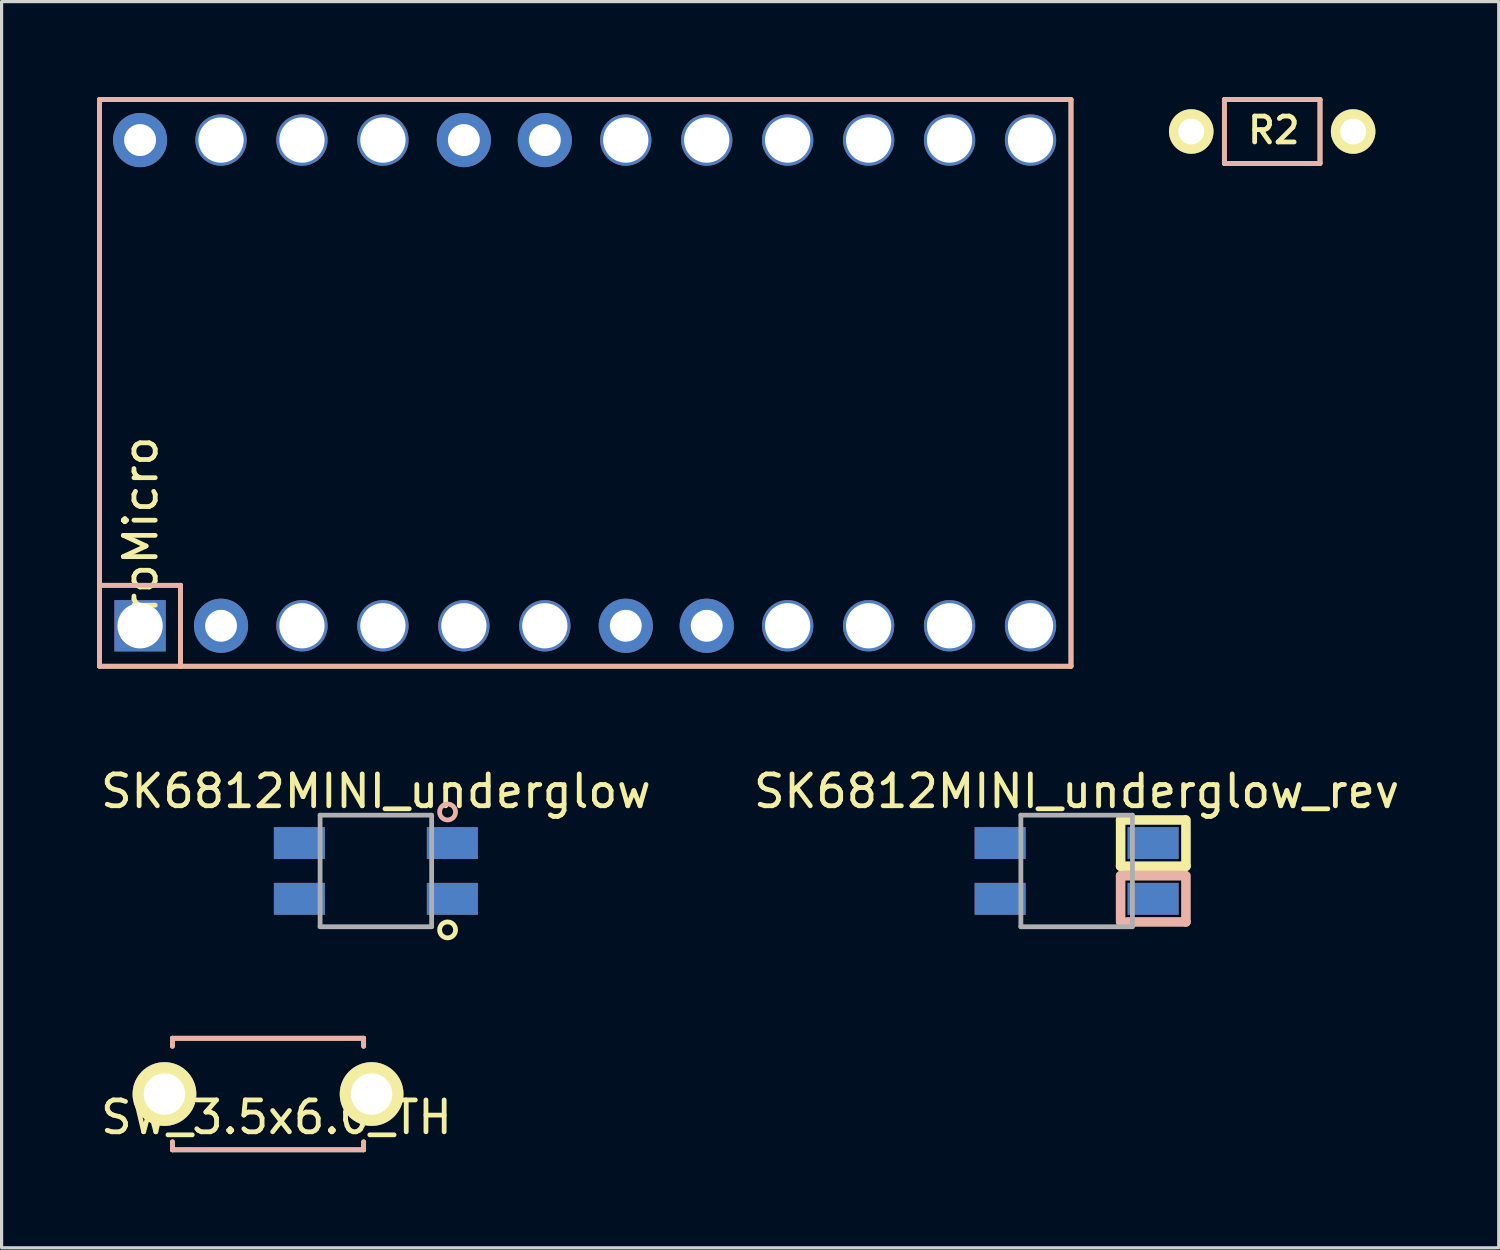
<source format=kicad_pcb>
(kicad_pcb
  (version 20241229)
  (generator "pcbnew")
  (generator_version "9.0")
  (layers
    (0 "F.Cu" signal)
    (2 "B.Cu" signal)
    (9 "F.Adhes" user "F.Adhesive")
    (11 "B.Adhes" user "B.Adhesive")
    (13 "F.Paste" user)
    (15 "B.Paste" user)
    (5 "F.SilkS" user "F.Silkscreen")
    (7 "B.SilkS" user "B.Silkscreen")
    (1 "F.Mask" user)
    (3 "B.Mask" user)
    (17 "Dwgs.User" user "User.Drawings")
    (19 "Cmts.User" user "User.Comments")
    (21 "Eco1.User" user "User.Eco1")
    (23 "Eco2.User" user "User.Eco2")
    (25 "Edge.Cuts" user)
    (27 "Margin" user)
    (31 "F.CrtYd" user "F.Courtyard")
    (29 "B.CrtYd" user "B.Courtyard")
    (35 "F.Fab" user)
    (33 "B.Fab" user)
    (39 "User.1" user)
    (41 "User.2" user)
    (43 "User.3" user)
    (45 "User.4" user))
  (footprint "SW_3.5x6.0_TH"
    (layer "F.Cu")
    (at 5.36 31.278)
    (property "Reference" "SW_3.5x6.0_TH" (at 0.265 0.73 0) (layer "F.SilkS") (effects (font (size 1 1) (thickness 0.15))))
    (attr through_hole)
    (fp_line (start -3 -1.75) (end -3 -1.5) (stroke (width 0.15) (type solid)) (layer "F.SilkS"))
    (fp_line (start -3 -1.75) (end 3 -1.75) (stroke (width 0.15) (type solid)) (layer "F.SilkS"))
    (fp_line (start -3 1.75) (end -3 1.5) (stroke (width 0.15) (type solid)) (layer "F.SilkS"))
    (fp_line (start -3 1.75) (end 3 1.75) (stroke (width 0.15) (type solid)) (layer "F.SilkS"))
    (fp_line (start 3 -1.75) (end 3 -1.5) (stroke (width 0.15) (type solid)) (layer "F.SilkS"))
    (fp_line (start 3 1.75) (end 3 1.5) (stroke (width 0.15) (type solid)) (layer "F.SilkS"))
    (fp_line (start -3 -1.75) (end 3 -1.75) (stroke (width 0.15) (type solid)) (layer "B.SilkS"))
    (fp_line (start -3 -1.5) (end -3 -1.75) (stroke (width 0.15) (type solid)) (layer "B.SilkS"))
    (fp_line (start -3 1.75) (end -3 1.5) (stroke (width 0.15) (type solid)) (layer "B.SilkS"))
    (fp_line (start 3 -1.75) (end 3 -1.5) (stroke (width 0.15) (type solid)) (layer "B.SilkS"))
    (fp_line (start 3 1.5) (end 3 1.75) (stroke (width 0.15) (type solid)) (layer "B.SilkS"))
    (fp_line (start 3 1.75) (end -3 1.75) (stroke (width 0.15) (type solid)) (layer "B.SilkS"))
    (pad "1" thru_hole circle (at 3.25 0) (size 2 2) (drill 1.3) (layers "*.Cu" "*.Mask" "F.SilkS"))
    (pad "2" thru_hole circle (at -3.25 0) (size 2 2) (drill 1.3) (layers "*.Cu" "*.Mask" "F.SilkS")))
  (footprint "R2"
    (layer "F.Cu")
    (at 36.868 1.076)
    (property "Reference" "R2" (at 0.05 -0.04 0) (layer "F.SilkS") (effects (font (size 0.813 0.813) (thickness 0.15))))
    (attr through_hole)
    (fp_line (start -1.501 -1.001) (end -1.501 1.001) (stroke (width 0.15) (type solid)) (layer "F.SilkS"))
    (fp_line (start -1.501 1.001) (end 1.501 1.001) (stroke (width 0.15) (type solid)) (layer "F.SilkS"))
    (fp_line (start 1.501 -1.001) (end -1.501 -1.001) (stroke (width 0.15) (type solid)) (layer "F.SilkS"))
    (fp_line (start 1.501 1.001) (end 1.501 -1.001) (stroke (width 0.15) (type solid)) (layer "F.SilkS"))
    (fp_line (start -1.5 -1) (end 1.5 -1) (stroke (width 0.15) (type solid)) (layer "B.SilkS"))
    (fp_line (start -1.5 1) (end -1.5 -1) (stroke (width 0.15) (type solid)) (layer "B.SilkS"))
    (fp_line (start 1.5 -1) (end 1.5 1) (stroke (width 0.15) (type solid)) (layer "B.SilkS"))
    (fp_line (start 1.5 1) (end -1.5 1) (stroke (width 0.15) (type solid)) (layer "B.SilkS"))
    (pad "1" thru_hole circle (at -2.54 0) (size 1.397 1.397) (drill 0.813) (layers "*.Cu" "*.Mask" "F.SilkS"))
    (pad "2" thru_hole circle (at 2.54 0) (size 1.397 1.397) (drill 0.813) (layers "*.Cu" "*.Mask" "F.SilkS")))
  (footprint "SK6812MINI_underglow"
    (layer "F.Cu")
    (at 8.744 24.278)
    (property "Reference" "SK6812MINI_underglow" (at 0 -2.5 0) (layer "F.SilkS") (effects (font (size 1 1) (thickness 0.15))))
    (attr through_hole)
    (fp_circle (center 2.25 1.85) (end 2.25 1.6) (stroke (width 0.15) (type solid)) (fill no) (layer "F.SilkS"))
    (fp_circle (center 2.25 -1.85) (end 2.25 -2.1) (stroke (width 0.15) (type solid)) (fill no) (layer "B.SilkS"))
    (fp_line (start -1.75 -1.75) (end -1.75 1.75) (stroke (width 0.15) (type solid)) (layer "F.Fab"))
    (fp_line (start -1.75 -1.75) (end 1.75 -1.75) (stroke (width 0.15) (type solid)) (layer "F.Fab"))
    (fp_line (start 1.75 -1.75) (end 1.75 1.75) (stroke (width 0.15) (type solid)) (layer "F.Fab"))
    (fp_line (start 1.75 1.75) (end -1.75 1.75) (stroke (width 0.15) (type solid)) (layer "F.Fab"))
    (pad "1" smd rect (at -2.4 -0.875) (size 1.6 1) (layers "B.Cu" "B.Mask" "B.Paste"))
    (pad "1" smd rect (at -2.4 0.875) (size 1.6 1) (layers "F.Cu" "F.Mask" "F.Paste"))
    (pad "2" smd rect (at -2.4 -0.875) (size 1.6 1) (layers "F.Cu" "F.Mask" "F.Paste"))
    (pad "2" smd rect (at -2.4 0.875) (size 1.6 1) (layers "B.Cu" "B.Mask" "B.Paste"))
    (pad "3" smd rect (at 2.4 -0.875) (size 1.6 1) (layers "F.Cu" "F.Mask" "F.Paste"))
    (pad "3" smd rect (at 2.4 0.875) (size 1.6 1) (layers "B.Cu" "B.Mask" "B.Paste"))
    (pad "4" smd rect (at 2.4 -0.875) (size 1.6 1) (layers "B.Cu" "B.Mask" "B.Paste"))
    (pad "4" smd rect (at 2.4 0.875) (size 1.6 1) (layers "F.Cu" "F.Mask" "F.Paste")))
  (footprint "ProMicro"
    (layer "F.Cu")
    (at 15.315 8.965)
    (property "Reference" "ProMicro" (at -13.95 4.95 90) (layer "F.SilkS") (effects (font (size 1 1) (thickness 0.15))))
    (attr through_hole)
    (fp_line (start -15.24 -8.89) (end 15.24 -8.89) (stroke (width 0.15) (type solid)) (layer "F.SilkS"))
    (fp_line (start -15.24 8.89) (end -15.24 -8.89) (stroke (width 0.15) (type solid)) (layer "F.SilkS"))
    (fp_line (start -12.7 6.35) (end -15.24 6.35) (stroke (width 0.15) (type solid)) (layer "F.SilkS"))
    (fp_line (start -12.7 8.89) (end -12.7 6.35) (stroke (width 0.15) (type solid)) (layer "F.SilkS"))
    (fp_line (start 15.24 -8.89) (end 15.24 8.89) (stroke (width 0.15) (type solid)) (layer "F.SilkS"))
    (fp_line (start 15.24 8.89) (end -15.24 8.89) (stroke (width 0.15) (type solid)) (layer "F.SilkS"))
    (fp_line (start -15.24 -8.89) (end 15.24 -8.89) (stroke (width 0.15) (type solid)) (layer "B.SilkS"))
    (fp_line (start -15.24 6.35) (end -12.7 6.35) (stroke (width 0.15) (type solid)) (layer "B.SilkS"))
    (fp_line (start -15.24 8.89) (end -15.24 -8.89) (stroke (width 0.15) (type solid)) (layer "B.SilkS"))
    (fp_line (start -12.7 6.35) (end -12.7 8.89) (stroke (width 0.15) (type solid)) (layer "B.SilkS"))
    (fp_line (start 15.24 -8.89) (end 15.24 8.89) (stroke (width 0.15) (type solid)) (layer "B.SilkS"))
    (fp_line (start 15.24 8.89) (end -15.24 8.89) (stroke (width 0.15) (type solid)) (layer "B.SilkS"))
    (pad "1" thru_hole rect (at -13.97 7.62) (size 1.61 1.61) (drill 1.42) (layers "*.Cu" "*.Mask"))
    (pad "2" thru_hole circle (at -11.43 7.62) (size 1.7 1.7) (drill 1) (layers "*.Cu" "*.Mask"))
    (pad "3" thru_hole circle (at -8.89 7.62) (size 1.61 1.61) (drill 1.42) (layers "*.Cu" "*.Mask"))
    (pad "4" thru_hole circle (at -6.35 7.62) (size 1.61 1.61) (drill 1.42) (layers "*.Cu" "*.Mask"))
    (pad "5" thru_hole circle (at -3.81 7.62) (size 1.61 1.61) (drill 1.42) (layers "*.Cu" "*.Mask"))
    (pad "6" thru_hole circle (at -1.27 7.62) (size 1.61 1.61) (drill 1.42) (layers "*.Cu" "*.Mask"))
    (pad "7" thru_hole circle (at 1.27 7.62) (size 1.7 1.7) (drill 1) (layers "*.Cu" "*.Mask"))
    (pad "8" thru_hole circle (at 3.81 7.62) (size 1.7 1.7) (drill 1) (layers "*.Cu" "*.Mask"))
    (pad "9" thru_hole circle (at 6.35 7.62) (size 1.61 1.61) (drill 1.42) (layers "*.Cu" "*.Mask"))
    (pad "10" thru_hole circle (at 8.89 7.62) (size 1.61 1.61) (drill 1.42) (layers "*.Cu" "*.Mask"))
    (pad "11" thru_hole circle (at 11.43 7.62) (size 1.61 1.61) (drill 1.42) (layers "*.Cu" "*.Mask"))
    (pad "12" thru_hole circle (at 13.97 7.62) (size 1.61 1.61) (drill 1.42) (layers "*.Cu" "*.Mask"))
    (pad "13" thru_hole circle (at 13.97 -7.62) (size 1.61 1.61) (drill 1.42) (layers "*.Cu" "*.Mask"))
    (pad "14" thru_hole circle (at 11.43 -7.62) (size 1.61 1.61) (drill 1.42) (layers "*.Cu" "*.Mask"))
    (pad "15" thru_hole circle (at 8.89 -7.62) (size 1.61 1.61) (drill 1.42) (layers "*.Cu" "*.Mask"))
    (pad "16" thru_hole circle (at 6.35 -7.62) (size 1.61 1.61) (drill 1.42) (layers "*.Cu" "*.Mask"))
    (pad "17" thru_hole circle (at 3.81 -7.62) (size 1.61 1.61) (drill 1.42) (layers "*.Cu" "*.Mask"))
    (pad "18" thru_hole circle (at 1.27 -7.62) (size 1.61 1.61) (drill 1.42) (layers "*.Cu" "*.Mask"))
    (pad "19" thru_hole circle (at -1.27 -7.62) (size 1.7 1.7) (drill 1) (layers "*.Cu" "*.Mask"))
    (pad "20" thru_hole circle (at -3.81 -7.62) (size 1.7 1.7) (drill 1) (layers "*.Cu" "*.Mask"))
    (pad "21" thru_hole circle (at -6.35 -7.62) (size 1.61 1.61) (drill 1.42) (layers "*.Cu" "*.Mask"))
    (pad "22" thru_hole circle (at -8.89 -7.62) (size 1.61 1.61) (drill 1.42) (layers "*.Cu" "*.Mask"))
    (pad "23" thru_hole circle (at -11.43 -7.62) (size 1.61 1.61) (drill 1.42) (layers "*.Cu" "*.Mask"))
    (pad "24" thru_hole circle (at -13.97 -7.62) (size 1.7 1.7) (drill 1) (layers "*.Cu" "*.Mask")))
  (footprint "SK6812MINI_underglow_rev"
    (layer "F.Cu")
    (at 30.732 24.278)
    (property "Reference" "SK6812MINI_underglow_rev" (at 0 -2.5 0) (layer "F.SilkS") (effects (font (size 1 1) (thickness 0.15))))
    (attr through_hole)
    (fp_line (start 1.38 -1.6) (end 3.4 -1.6) (stroke (width 0.3) (type solid)) (layer "F.SilkS"))
    (fp_line (start 1.38 -0.15) (end 1.38 -1.6) (stroke (width 0.3) (type solid)) (layer "F.SilkS"))
    (fp_line (start 3.43 -1.6) (end 3.43 -0.15) (stroke (width 0.3) (type solid)) (layer "F.SilkS"))
    (fp_line (start 3.43 -0.15) (end 1.38 -0.15) (stroke (width 0.3) (type solid)) (layer "F.SilkS"))
    (fp_line (start 1.38 0.15) (end 3.4 0.15) (stroke (width 0.3) (type solid)) (layer "B.SilkS"))
    (fp_line (start 1.38 1.6) (end 1.38 0.15) (stroke (width 0.3) (type solid)) (layer "B.SilkS"))
    (fp_line (start 3.43 0.15) (end 3.43 1.6) (stroke (width 0.3) (type solid)) (layer "B.SilkS"))
    (fp_line (start 3.43 1.6) (end 1.58 1.6) (stroke (width 0.3) (type solid)) (layer "B.SilkS"))
    (fp_line (start -1.75 -1.75) (end -1.75 1.75) (stroke (width 0.15) (type solid)) (layer "F.Fab"))
    (fp_line (start -1.75 -1.75) (end 1.75 -1.75) (stroke (width 0.15) (type solid)) (layer "F.Fab"))
    (fp_line (start 1.75 -1.75) (end 1.75 1.75) (stroke (width 0.15) (type solid)) (layer "F.Fab"))
    (fp_line (start 1.75 1.75) (end -1.75 1.75) (stroke (width 0.15) (type solid)) (layer "F.Fab"))
    (pad "1" smd rect (at -2.4 -0.875) (size 1.6 1) (layers "F.Cu" "F.Mask" "F.Paste"))
    (pad "1" smd rect (at -2.4 0.875) (size 1.6 1) (layers "B.Cu" "B.Mask" "B.Paste"))
    (pad "2" smd rect (at -2.4 -0.875) (size 1.6 1) (layers "B.Cu" "B.Mask" "B.Paste"))
    (pad "2" smd rect (at -2.4 0.875) (size 1.6 1) (layers "F.Cu" "F.Mask" "F.Paste"))
    (pad "3" smd rect (at 2.4 -0.875) (size 1.6 1) (layers "B.Cu" "B.Mask" "B.Paste"))
    (pad "3" smd rect (at 2.4 0.875) (size 1.6 1) (layers "F.Cu" "F.Mask" "F.Paste"))
    (pad "4" smd rect (at 2.4 -0.875) (size 1.6 1) (layers "F.Cu" "F.Mask" "F.Paste"))
    (pad "4" smd rect (at 2.4 0.875) (size 1.6 1) (layers "B.Cu" "B.Mask" "B.Paste")))
  (gr_rect
    (start -3 -3)
    (end 43.976 36.103)
    (stroke (width 0.1) (type default))
    (fill no)
    (layer "Edge.Cuts")))
</source>
